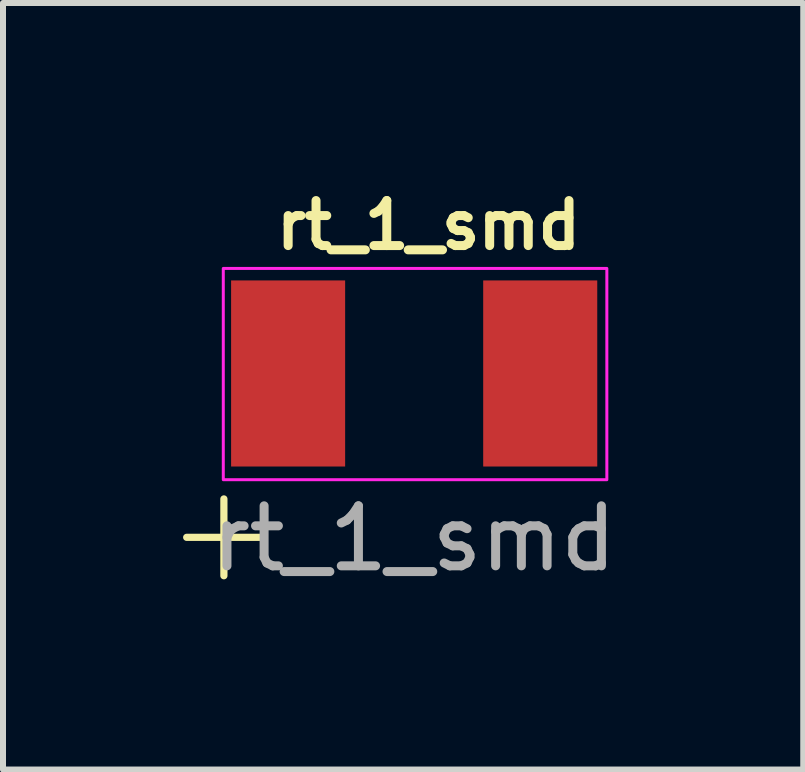
<source format=kicad_pcb>
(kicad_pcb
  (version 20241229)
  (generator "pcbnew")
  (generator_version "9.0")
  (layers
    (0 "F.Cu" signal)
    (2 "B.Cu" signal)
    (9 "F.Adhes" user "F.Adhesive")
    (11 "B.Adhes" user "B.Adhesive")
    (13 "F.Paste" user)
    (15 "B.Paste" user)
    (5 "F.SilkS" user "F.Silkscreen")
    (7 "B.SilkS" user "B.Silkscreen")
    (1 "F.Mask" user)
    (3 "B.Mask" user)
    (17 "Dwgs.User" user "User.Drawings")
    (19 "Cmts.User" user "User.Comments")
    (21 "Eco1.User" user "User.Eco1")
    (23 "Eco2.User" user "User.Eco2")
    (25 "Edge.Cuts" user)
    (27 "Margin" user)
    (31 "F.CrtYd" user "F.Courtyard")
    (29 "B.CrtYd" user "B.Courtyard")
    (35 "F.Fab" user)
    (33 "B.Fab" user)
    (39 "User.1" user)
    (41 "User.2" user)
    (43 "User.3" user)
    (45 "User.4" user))
  (footprint "rt_1_smd"
    (layer "F.Cu")
    (at 3.85 3.172)
    (property "Reference" "rt_1_smd" (at 0.24 -2.47 0) (unlocked yes) (layer "F.SilkS") (effects (font (size 0.75 0.75) (thickness 0.15))))
    (attr smd)
    (fp_line (start -3.79 2.73) (end -2.55 2.73) (stroke (width 0.12) (type default)) (layer "F.SilkS"))
    (fp_line (start -3.17 2.09) (end -3.17 3.37) (stroke (width 0.12) (type default)) (layer "F.SilkS"))
    (fp_rect (start -3.18 -1.75) (end 3.21 1.77) (stroke (width 0.05) (type default)) (fill no) (layer "F.CrtYd"))
    (fp_text user "${REFERENCE}" (at 0 2.75 0) (unlocked yes) (layer "F.Fab") (effects (font (size 1 1) (thickness 0.15))))
    (pad "1" smd rect (at -2.1 0) (size 1.9 3.1) (layers "F.Cu" "F.Mask" "F.Paste"))
    (pad "2" smd rect (at 2.1 0) (size 1.9 3.1) (layers "F.Cu" "F.Mask" "F.Paste")))
  (gr_rect
    (start -3 -3)
    (end 10.332 9.77)
    (stroke (width 0.1) (type default))
    (fill no)
    (layer "Edge.Cuts")))
</source>
